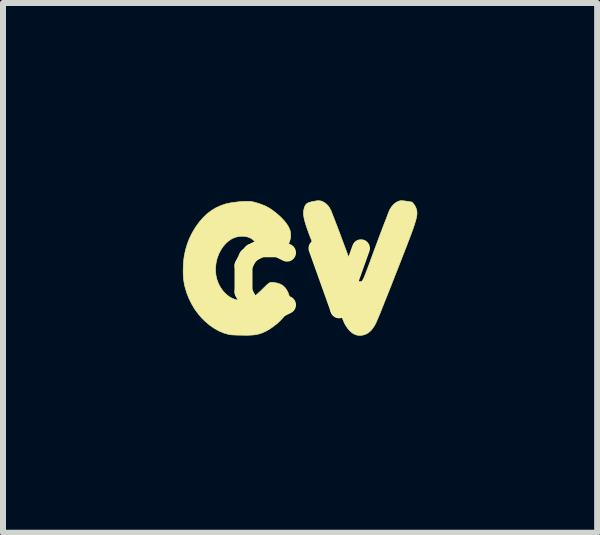
<source format=kicad_pcb>
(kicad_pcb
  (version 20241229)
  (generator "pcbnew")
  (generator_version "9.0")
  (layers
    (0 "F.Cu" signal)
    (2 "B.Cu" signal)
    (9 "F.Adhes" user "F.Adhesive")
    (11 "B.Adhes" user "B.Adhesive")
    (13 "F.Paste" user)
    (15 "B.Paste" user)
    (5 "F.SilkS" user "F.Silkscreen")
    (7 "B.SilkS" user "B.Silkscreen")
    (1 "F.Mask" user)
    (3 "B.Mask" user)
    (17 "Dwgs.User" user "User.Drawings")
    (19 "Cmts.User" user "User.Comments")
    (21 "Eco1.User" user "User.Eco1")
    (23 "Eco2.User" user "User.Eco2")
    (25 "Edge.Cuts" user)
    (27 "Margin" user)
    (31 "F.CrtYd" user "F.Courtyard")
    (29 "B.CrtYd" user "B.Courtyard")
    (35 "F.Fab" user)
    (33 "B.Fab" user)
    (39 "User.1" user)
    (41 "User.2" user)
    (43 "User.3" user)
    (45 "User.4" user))
  (footprint "cv"
    (layer "F.Cu")
    (at 1.955 1.418)
    (property "Reference" "cv" (at 0 0 0) (layer "F.SilkS") (effects (font (size 1.524 1.524) (thickness 0.3))))
    (attr through_hole)
    (fp_poly (pts (xy -0.861 -1.109) (xy -0.837 -1.108) (xy -0.816 -1.106) (xy -0.797 -1.103) (xy -0.774 -1.098) (xy -0.745 -1.091) (xy -0.745 -1.091) (xy -0.665 -1.066) (xy -0.591 -1.037) (xy -0.521 -1.001) (xy -0.455 -0.958) (xy -0.39 -0.907) (xy -0.324 -0.848) (xy -0.312 -0.836) (xy -0.263 -0.784) (xy -0.224 -0.734) (xy -0.194 -0.687) (xy -0.173 -0.642) (xy -0.165 -0.616) (xy -0.159 -0.583) (xy -0.157 -0.545) (xy -0.159 -0.507) (xy -0.165 -0.473) (xy -0.165 -0.473) (xy -0.18 -0.429) (xy -0.201 -0.386) (xy -0.227 -0.344) (xy -0.257 -0.306) (xy -0.289 -0.272) (xy -0.323 -0.245) (xy -0.35 -0.229) (xy -0.369 -0.222) (xy -0.388 -0.218) (xy -0.41 -0.217) (xy -0.417 -0.217) (xy -0.444 -0.218) (xy -0.47 -0.223) (xy -0.495 -0.233) (xy -0.522 -0.247) (xy -0.551 -0.267) (xy -0.584 -0.293) (xy -0.614 -0.319) (xy -0.657 -0.358) (xy -0.693 -0.39) (xy -0.723 -0.416) (xy -0.748 -0.438) (xy -0.769 -0.455) (xy -0.785 -0.468) (xy -0.799 -0.479) (xy -0.811 -0.487) (xy -0.82 -0.493) (xy -0.829 -0.497) (xy -0.83 -0.498) (xy -0.873 -0.515) (xy -0.917 -0.525) (xy -0.966 -0.528) (xy -0.968 -0.528) (xy -1.027 -0.523) (xy -1.084 -0.509) (xy -1.139 -0.485) (xy -1.19 -0.451) (xy -1.238 -0.409) (xy -1.282 -0.358) (xy -1.318 -0.305) (xy -1.354 -0.237) (xy -1.381 -0.166) (xy -1.399 -0.094) (xy -1.409 -0.021) (xy -1.41 0.051) (xy -1.403 0.123) (xy -1.387 0.192) (xy -1.363 0.259) (xy -1.33 0.322) (xy -1.289 0.38) (xy -1.265 0.408) (xy -1.22 0.451) (xy -1.173 0.486) (xy -1.124 0.512) (xy -1.071 0.531) (xy -1.067 0.532) (xy -1.037 0.537) (xy -1.001 0.54) (xy -0.963 0.54) (xy -0.926 0.538) (xy -0.894 0.533) (xy -0.889 0.531) (xy -0.858 0.522) (xy -0.829 0.511) (xy -0.802 0.499) (xy -0.776 0.484) (xy -0.748 0.464) (xy -0.719 0.441) (xy -0.686 0.411) (xy -0.648 0.376) (xy -0.622 0.35) (xy -0.59 0.319) (xy -0.565 0.294) (xy -0.544 0.275) (xy -0.526 0.261) (xy -0.512 0.251) (xy -0.498 0.245) (xy -0.485 0.242) (xy -0.471 0.241) (xy -0.454 0.242) (xy -0.435 0.244) (xy -0.38 0.254) (xy -0.332 0.27) (xy -0.29 0.293) (xy -0.255 0.325) (xy -0.226 0.364) (xy -0.202 0.409) (xy -0.185 0.454) (xy -0.175 0.497) (xy -0.171 0.543) (xy -0.171 0.556) (xy -0.175 0.612) (xy -0.188 0.667) (xy -0.21 0.72) (xy -0.241 0.773) (xy -0.282 0.827) (xy -0.325 0.874) (xy -0.38 0.926) (xy -0.44 0.973) (xy -0.501 1.016) (xy -0.562 1.052) (xy -0.622 1.08) (xy -0.654 1.092) (xy -0.682 1.101) (xy -0.71 1.108) (xy -0.74 1.114) (xy -0.772 1.118) (xy -0.809 1.121) (xy -0.85 1.123) (xy -0.897 1.124) (xy -0.953 1.123) (xy -1.017 1.122) (xy -1.019 1.122) (xy -1.068 1.121) (xy -1.109 1.119) (xy -1.141 1.117) (xy -1.166 1.114) (xy -1.184 1.111) (xy -1.186 1.111) (xy -1.27 1.087) (xy -1.353 1.052) (xy -1.432 1.008) (xy -1.51 0.954) (xy -1.585 0.89) (xy -1.628 0.848) (xy -1.696 0.771) (xy -1.757 0.688) (xy -1.81 0.598) (xy -1.856 0.504) (xy -1.894 0.406) (xy -1.923 0.305) (xy -1.936 0.239) (xy -1.943 0.187) (xy -1.948 0.127) (xy -1.95 0.062) (xy -1.949 -0.005) (xy -1.946 -0.072) (xy -1.94 -0.137) (xy -1.932 -0.198) (xy -1.932 -0.198) (xy -1.911 -0.297) (xy -1.882 -0.396) (xy -1.845 -0.492) (xy -1.8 -0.583) (xy -1.798 -0.587) (xy -1.742 -0.68) (xy -1.682 -0.763) (xy -1.618 -0.837) (xy -1.55 -0.902) (xy -1.477 -0.957) (xy -1.401 -1.003) (xy -1.32 -1.04) (xy -1.236 -1.068) (xy -1.161 -1.084) (xy -1.092 -1.094) (xy -1.024 -1.102) (xy -0.959 -1.107) (xy -0.9 -1.109) (xy -0.892 -1.109) (xy -0.861 -1.109)) (stroke (width 0.01) (type solid)) (fill yes) (layer "F.SilkS"))
    (fp_poly (pts (xy 0.339 -1.118) (xy 0.359 -1.112) (xy 0.381 -1.103) (xy 0.385 -1.101) (xy 0.424 -1.077) (xy 0.46 -1.044) (xy 0.49 -1.004) (xy 0.514 -0.959) (xy 0.521 -0.943) (xy 0.527 -0.929) (xy 0.535 -0.906) (xy 0.546 -0.878) (xy 0.559 -0.845) (xy 0.573 -0.809) (xy 0.587 -0.772) (xy 0.587 -0.772) (xy 0.602 -0.732) (xy 0.621 -0.684) (xy 0.642 -0.628) (xy 0.665 -0.568) (xy 0.689 -0.503) (xy 0.714 -0.435) (xy 0.74 -0.366) (xy 0.766 -0.297) (xy 0.791 -0.229) (xy 0.815 -0.164) (xy 0.838 -0.102) (xy 0.843 -0.088) (xy 0.866 -0.026) (xy 0.886 0.028) (xy 0.903 0.074) (xy 0.918 0.112) (xy 0.931 0.144) (xy 0.942 0.169) (xy 0.952 0.189) (xy 0.96 0.204) (xy 0.968 0.214) (xy 0.974 0.222) (xy 0.981 0.226) (xy 0.981 0.227) (xy 1 0.231) (xy 1.02 0.228) (xy 1.031 0.222) (xy 1.036 0.216) (xy 1.043 0.207) (xy 1.05 0.194) (xy 1.059 0.178) (xy 1.069 0.156) (xy 1.08 0.128) (xy 1.094 0.094) (xy 1.109 0.053) (xy 1.128 0.004) (xy 1.149 -0.052) (xy 1.173 -0.118) (xy 1.175 -0.124) (xy 1.196 -0.181) (xy 1.218 -0.241) (xy 1.241 -0.304) (xy 1.265 -0.367) (xy 1.289 -0.431) (xy 1.312 -0.494) (xy 1.335 -0.555) (xy 1.357 -0.612) (xy 1.376 -0.664) (xy 1.394 -0.71) (xy 1.409 -0.749) (xy 1.42 -0.777) (xy 1.433 -0.81) (xy 1.446 -0.843) (xy 1.457 -0.874) (xy 1.467 -0.9) (xy 1.474 -0.919) (xy 1.474 -0.919) (xy 1.497 -0.973) (xy 1.526 -1.019) (xy 1.56 -1.058) (xy 1.598 -1.089) (xy 1.622 -1.102) (xy 1.642 -1.111) (xy 1.66 -1.117) (xy 1.68 -1.12) (xy 1.702 -1.12) (xy 1.729 -1.118) (xy 1.764 -1.114) (xy 1.786 -1.11) (xy 1.867 -1.097) (xy 1.889 -1.073) (xy 1.913 -1.041) (xy 1.932 -1.003) (xy 1.945 -0.964) (xy 1.946 -0.957) (xy 1.949 -0.94) (xy 1.95 -0.922) (xy 1.95 -0.903) (xy 1.948 -0.882) (xy 1.944 -0.858) (xy 1.939 -0.831) (xy 1.931 -0.8) (xy 1.921 -0.765) (xy 1.909 -0.725) (xy 1.894 -0.68) (xy 1.876 -0.629) (xy 1.855 -0.572) (xy 1.831 -0.507) (xy 1.803 -0.435) (xy 1.773 -0.355) (xy 1.738 -0.267) (xy 1.726 -0.236) (xy 1.67 -0.092) (xy 1.617 0.042) (xy 1.568 0.167) (xy 1.523 0.283) (xy 1.481 0.389) (xy 1.442 0.486) (xy 1.407 0.573) (xy 1.376 0.651) (xy 1.349 0.72) (xy 1.325 0.779) (xy 1.304 0.828) (xy 1.287 0.868) (xy 1.274 0.899) (xy 1.265 0.92) (xy 1.262 0.926) (xy 1.24 0.965) (xy 1.214 1.004) (xy 1.188 1.038) (xy 1.18 1.046) (xy 1.144 1.079) (xy 1.103 1.103) (xy 1.059 1.119) (xy 1.014 1.126) (xy 0.968 1.125) (xy 0.947 1.121) (xy 0.908 1.107) (xy 0.872 1.086) (xy 0.84 1.06) (xy 0.816 1.035) (xy 0.79 1.003) (xy 0.766 0.967) (xy 0.745 0.932) (xy 0.74 0.921) (xy 0.735 0.91) (xy 0.727 0.891) (xy 0.715 0.863) (xy 0.7 0.827) (xy 0.683 0.785) (xy 0.664 0.736) (xy 0.642 0.682) (xy 0.618 0.623) (xy 0.593 0.559) (xy 0.566 0.492) (xy 0.538 0.422) (xy 0.509 0.349) (xy 0.48 0.275) (xy 0.45 0.2) (xy 0.42 0.124) (xy 0.39 0.048) (xy 0.361 -0.026) (xy 0.332 -0.1) (xy 0.304 -0.171) (xy 0.277 -0.239) (xy 0.252 -0.304) (xy 0.228 -0.365) (xy 0.206 -0.421) (xy 0.187 -0.472) (xy 0.169 -0.516) (xy 0.155 -0.554) (xy 0.143 -0.585) (xy 0.137 -0.603) (xy 0.113 -0.669) (xy 0.094 -0.728) (xy 0.079 -0.779) (xy 0.068 -0.824) (xy 0.061 -0.864) (xy 0.057 -0.899) (xy 0.057 -0.931) (xy 0.06 -0.96) (xy 0.067 -0.988) (xy 0.069 -0.995) (xy 0.078 -1.023) (xy 0.089 -1.045) (xy 0.102 -1.062) (xy 0.118 -1.076) (xy 0.14 -1.087) (xy 0.168 -1.096) (xy 0.204 -1.105) (xy 0.223 -1.108) (xy 0.261 -1.116) (xy 0.292 -1.12) (xy 0.317 -1.12) (xy 0.339 -1.118)) (stroke (width 0.01) (type solid)) (fill yes) (layer "F.SilkS")))
  (gr_rect
    (start -3 -3)
    (end 6.91 5.836)
    (stroke (width 0.1) (type default))
    (fill no)
    (layer "Edge.Cuts")))
</source>
